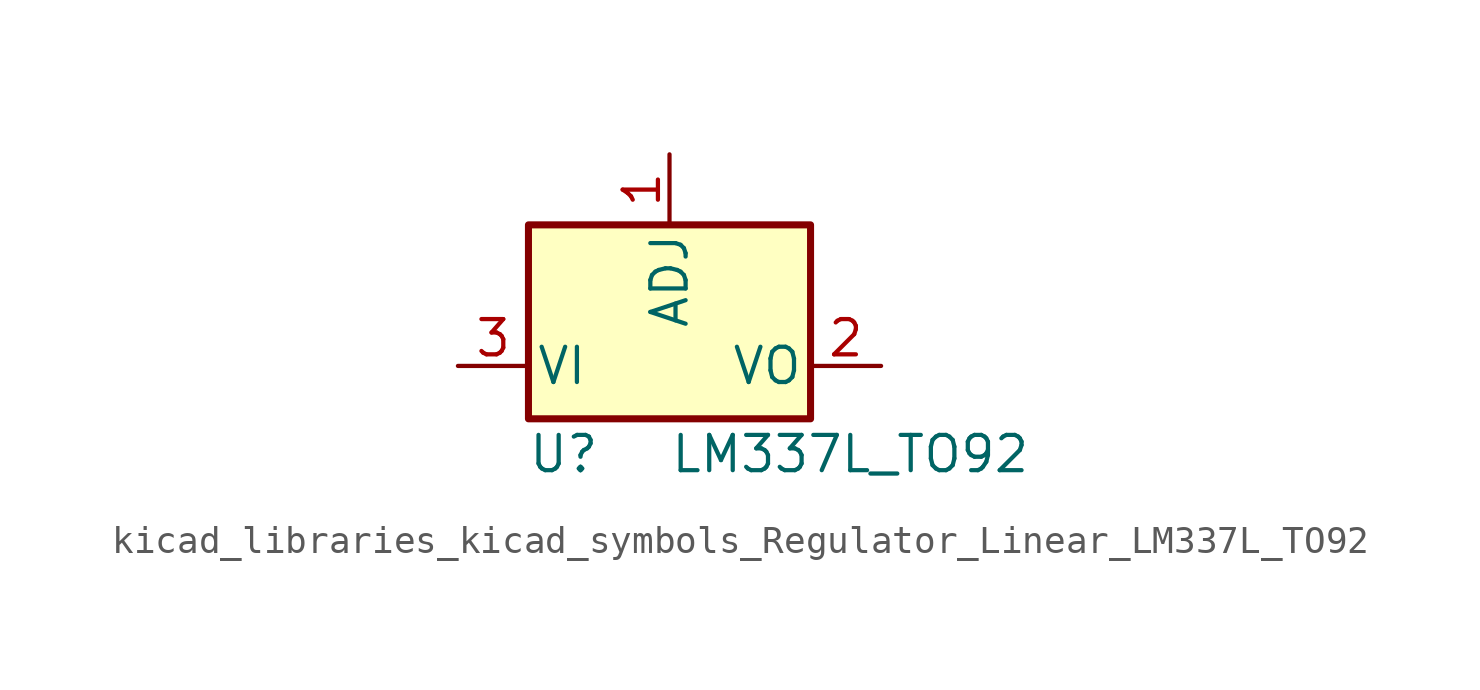
<source format=kicad_sym>
(kicad_symbol_lib
  (version 20220914)
  (generator kicad_symbol_editor)
  (symbol "kicad_libraries_kicad_symbols_Regulator_Linear_LM337L_TO92"
    (pin_names
      (offset 0.254))
    (property "Reference" "U"
      (at -3.81 -3.175 0)
      (effects (font (size 1.27 1.27))))
    (property "Value" "LM337L_TO92"
      (at 0 -3.175 0)
      (effects (font (size 1.27 1.27)) (justify left)))
    (symbol "kicad_libraries_kicad_symbols_Regulator_Linear_LM337L_TO92_0_1"
      (rectangle (start -5.08 5.08) (end 5.08 -1.905) (stroke (width 0.254) (type default)) (fill (type background))))
    (symbol "kicad_libraries_kicad_symbols_Regulator_Linear_LM337L_TO92_1_1"
      (pin input line (at 0 7.62 270) (length 2.54) (name "ADJ" (effects (font (size 1.27 1.27)))) (number "1" (effects (font (size 1.27 1.27)))))
      (pin power_out line (at 7.62 0 180) (length 2.54) (name "VO" (effects (font (size 1.27 1.27)))) (number "2" (effects (font (size 1.27 1.27)))))
      (pin power_in line (at -7.62 0 0) (length 2.54) (name "VI" (effects (font (size 1.27 1.27)))) (number "3" (effects (font (size 1.27 1.27))))))))
</source>
